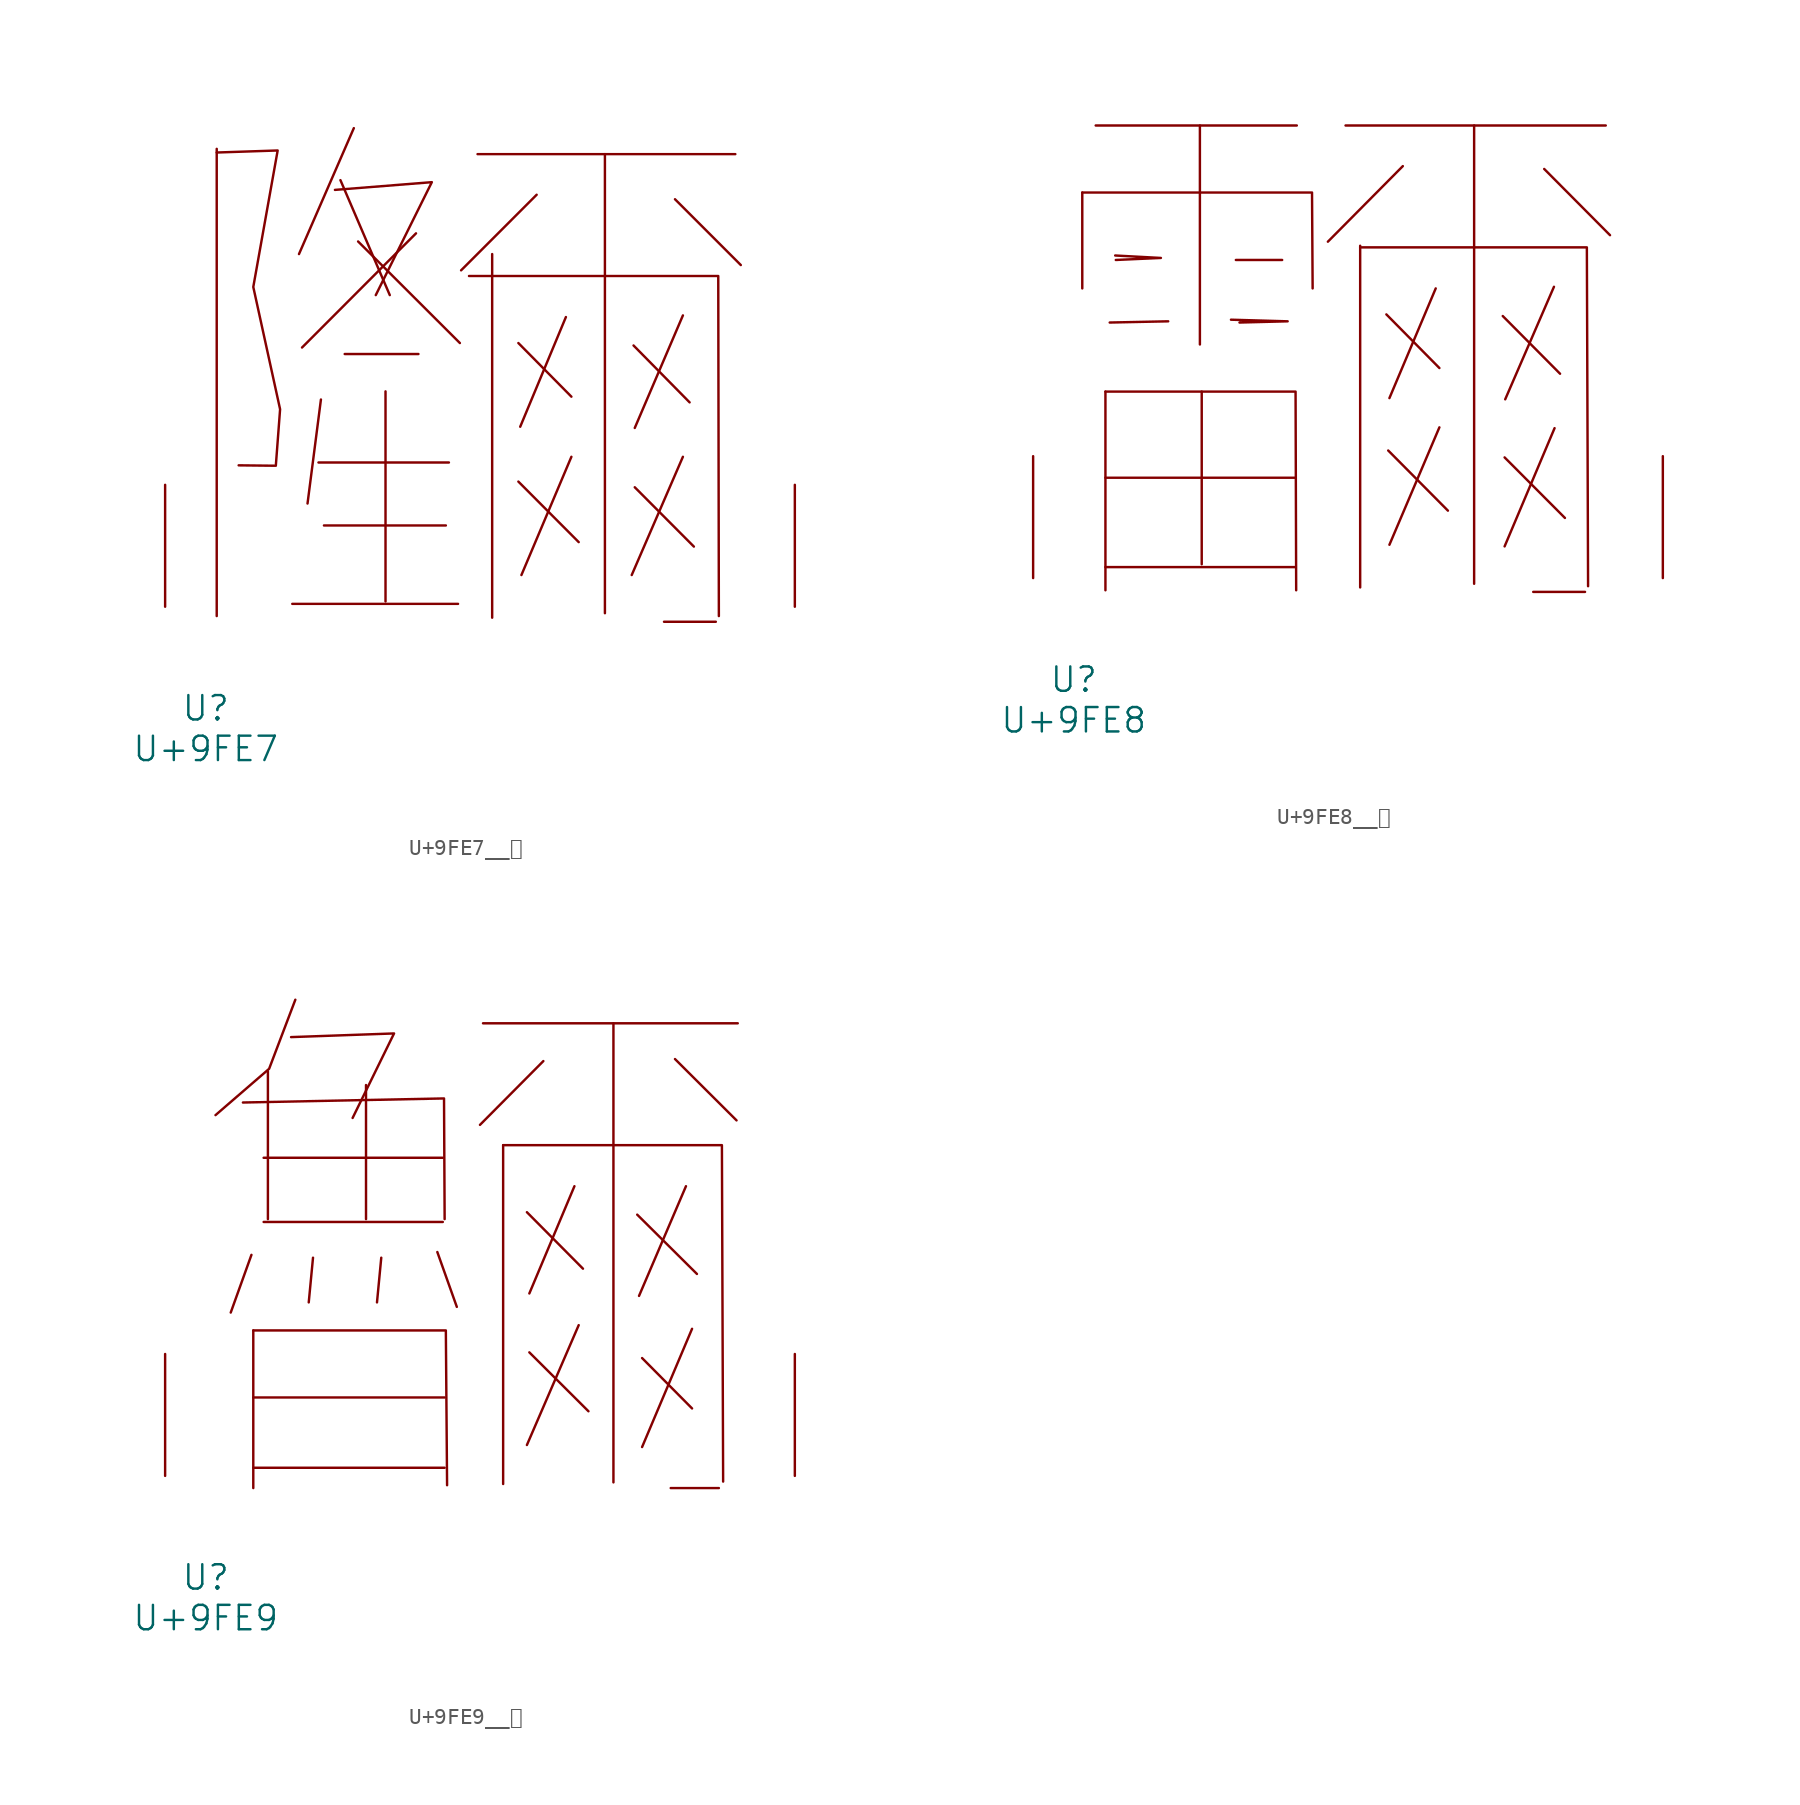
<source format=kicad_sym>
(kicad_symbol_lib
  (version 20231120)
  (generator "kicad_symbol_editor")
  (generator_version "8.0")
  (symbol "U+9FE7__鿧"
    (pin_names
      (offset 1.016))
    (property "Reference" "U"
      (at 0 -6.35 0)
      (effects (font (size 1.524 1.524))))
    (property "Value" "U+9FE7"
      (at 0 -8.89 0)
      (effects (font (size 1.524 1.524))))
    (symbol "U+9FE7__鿧_0_1"
      (polyline (pts (xy 0.686 28.626) (xy 0.686 -0.584)) (stroke (width 0) (type solid)) (fill (type none)))
      (polyline (pts (xy 5.41 0.178) (xy 15.773 0.178)) (stroke (width 0) (type solid)) (fill (type none)))
      (polyline (pts (xy 7.048 9.017) (xy 15.202 9.017)) (stroke (width 0) (type solid)) (fill (type none)))
      (polyline (pts (xy 7.201 12.954) (xy 6.363 6.452)) (stroke (width 0) (type solid)) (fill (type none)))
      (polyline (pts (xy 7.391 5.08) (xy 15.011 5.08)) (stroke (width 0) (type solid)) (fill (type none)))
      (polyline (pts (xy 8.42 26.67) (xy 11.506 19.482)) (stroke (width 0) (type solid)) (fill (type none)))
      (polyline (pts (xy 8.687 15.799) (xy 13.297 15.799)) (stroke (width 0) (type solid)) (fill (type none)))
      (polyline (pts (xy 9.258 29.921) (xy 5.829 22.047)) (stroke (width 0) (type solid)) (fill (type none)))
      (polyline (pts (xy 9.525 22.835) (xy 15.888 16.485)) (stroke (width 0) (type solid)) (fill (type none)))
      (polyline (pts (xy 11.239 13.462) (xy 11.239 0.33)) (stroke (width 0) (type solid)) (fill (type none)))
      (polyline (pts (xy 13.145 23.343) (xy 6.02 16.205)) (stroke (width 0) (type solid)) (fill (type none)))
      (polyline (pts (xy 16.993 28.296) (xy 33.109 28.296)) (stroke (width 0) (type solid)) (fill (type none)))
      (polyline (pts (xy 17.907 22.047) (xy 17.907 -0.686)) (stroke (width 0) (type solid)) (fill (type none)))
      (polyline (pts (xy 19.545 7.823) (xy 23.317 4.039)) (stroke (width 0) (type solid)) (fill (type none)))
      (polyline (pts (xy 19.545 16.485) (xy 22.86 13.132)) (stroke (width 0) (type solid)) (fill (type none)))
      (polyline (pts (xy 20.688 25.756) (xy 15.964 21.031)) (stroke (width 0) (type solid)) (fill (type none)))
      (polyline (pts (xy 22.517 18.11) (xy 19.66 11.252)) (stroke (width 0) (type solid)) (fill (type none)))
      (polyline (pts (xy 22.86 9.373) (xy 19.736 1.981)) (stroke (width 0) (type solid)) (fill (type none)))
      (polyline (pts (xy 24.956 28.296) (xy 24.956 -0.406)) (stroke (width 0) (type solid)) (fill (type none)))
      (polyline (pts (xy 26.746 16.332) (xy 30.251 12.776)) (stroke (width 0) (type solid)) (fill (type none)))
      (polyline (pts (xy 26.822 7.468) (xy 30.518 3.759)) (stroke (width 0) (type solid)) (fill (type none)))
      (polyline (pts (xy 28.651 -0.94) (xy 31.89 -0.94)) (stroke (width 0) (type solid)) (fill (type none)))
      (polyline (pts (xy 29.337 25.476) (xy 33.452 21.361)) (stroke (width 0) (type solid)) (fill (type none)))
      (polyline (pts (xy 29.832 9.373) (xy 26.632 1.981)) (stroke (width 0) (type solid)) (fill (type none)))
      (polyline (pts (xy 29.832 18.212) (xy 26.822 11.176)) (stroke (width 0) (type solid)) (fill (type none)))
      (polyline (pts (xy 8.077 26.06) (xy 14.135 26.543) (xy 10.63 19.482)) (stroke (width 0) (type solid)) (fill (type none)))
      (polyline (pts (xy 16.459 20.676) (xy 32.042 20.676) (xy 32.08 -0.584)) (stroke (width 0) (type solid)) (fill (type none)))
      (polyline (pts (xy 0.686 28.397) (xy 4.496 28.524) (xy 2.972 19.99) (xy 4.648 12.344) (xy 4.381 8.814) (xy 2.057 8.839)) (stroke (width 0) (type solid)) (fill (type none)))
      (pin input line (at -2.54 0 90) (length 7.62) (name "~" (effects (font (size 1.27 1.27)))) (number "~" (effects (font (size 1.27 1.27)))))
      (pin input line (at 36.83 0 90) (length 7.62) (name "~" (effects (font (size 1.27 1.27)))) (number "~" (effects (font (size 1.27 1.27)))))))
  (symbol "U+9FE8__鿨"
    (pin_names
      (offset 1.016))
    (property "Reference" "U"
      (at 0 -6.35 0)
      (effects (font (size 1.524 1.524))))
    (property "Value" "U+9FE8"
      (at 0 -8.89 0)
      (effects (font (size 1.524 1.524))))
    (symbol "U+9FE8__鿨_0_1"
      (polyline (pts (xy 0.533 24.105) (xy 0.533 18.11)) (stroke (width 0) (type solid)) (fill (type none)))
      (polyline (pts (xy 1.372 28.296) (xy 13.945 28.296)) (stroke (width 0) (type solid)) (fill (type none)))
      (polyline (pts (xy 1.981 0.686) (xy 13.83 0.686)) (stroke (width 0) (type solid)) (fill (type none)))
      (polyline (pts (xy 1.981 6.274) (xy 13.83 6.274)) (stroke (width 0) (type solid)) (fill (type none)))
      (polyline (pts (xy 1.981 11.659) (xy 1.981 -0.762)) (stroke (width 0) (type solid)) (fill (type none)))
      (polyline (pts (xy 2.248 15.977) (xy 5.905 16.053)) (stroke (width 0) (type solid)) (fill (type none)))
      (polyline (pts (xy 7.887 28.296) (xy 7.887 14.605)) (stroke (width 0) (type solid)) (fill (type none)))
      (polyline (pts (xy 8.001 11.659) (xy 8.001 0.864)) (stroke (width 0) (type solid)) (fill (type none)))
      (polyline (pts (xy 10.135 19.888) (xy 13.03 19.888)) (stroke (width 0) (type solid)) (fill (type none)))
      (polyline (pts (xy 16.993 28.296) (xy 33.261 28.296)) (stroke (width 0) (type solid)) (fill (type none)))
      (polyline (pts (xy 17.907 20.777) (xy 17.907 -0.584)) (stroke (width 0) (type solid)) (fill (type none)))
      (polyline (pts (xy 19.545 16.485) (xy 22.86 13.132)) (stroke (width 0) (type solid)) (fill (type none)))
      (polyline (pts (xy 19.66 7.976) (xy 23.393 4.216)) (stroke (width 0) (type solid)) (fill (type none)))
      (polyline (pts (xy 20.574 25.756) (xy 15.888 21.031)) (stroke (width 0) (type solid)) (fill (type none)))
      (polyline (pts (xy 22.631 18.11) (xy 19.736 11.252)) (stroke (width 0) (type solid)) (fill (type none)))
      (polyline (pts (xy 22.86 9.423) (xy 19.736 2.083)) (stroke (width 0) (type solid)) (fill (type none)))
      (polyline (pts (xy 25.032 28.296) (xy 25.032 -0.356)) (stroke (width 0) (type solid)) (fill (type none)))
      (polyline (pts (xy 26.822 16.383) (xy 30.404 12.776)) (stroke (width 0) (type solid)) (fill (type none)))
      (polyline (pts (xy 26.937 7.544) (xy 30.709 3.759)) (stroke (width 0) (type solid)) (fill (type none)))
      (polyline (pts (xy 28.727 -0.864) (xy 31.966 -0.864)) (stroke (width 0) (type solid)) (fill (type none)))
      (polyline (pts (xy 29.413 25.578) (xy 33.528 21.438)) (stroke (width 0) (type solid)) (fill (type none)))
      (polyline (pts (xy 30.023 18.212) (xy 26.975 11.176)) (stroke (width 0) (type solid)) (fill (type none)))
      (polyline (pts (xy 30.061 9.373) (xy 26.937 1.981)) (stroke (width 0) (type solid)) (fill (type none)))
      (polyline (pts (xy 0.533 24.105) (xy 14.897 24.105) (xy 14.935 18.11)) (stroke (width 0) (type solid)) (fill (type none)))
      (polyline (pts (xy 1.981 11.659) (xy 13.868 11.659) (xy 13.906 -0.762)) (stroke (width 0) (type solid)) (fill (type none)))
      (polyline (pts (xy 2.629 19.888) (xy 5.448 20.015) (xy 2.591 20.168)) (stroke (width 0) (type solid)) (fill (type none)))
      (polyline (pts (xy 10.363 15.977) (xy 13.373 16.053) (xy 9.83 16.154)) (stroke (width 0) (type solid)) (fill (type none)))
      (polyline (pts (xy 17.907 20.676) (xy 32.08 20.676) (xy 32.156 -0.508)) (stroke (width 0) (type solid)) (fill (type none)))
      (pin input line (at -2.54 0 90) (length 7.62) (name "~" (effects (font (size 1.27 1.27)))) (number "~" (effects (font (size 1.27 1.27)))))
      (pin input line (at 36.83 0 90) (length 7.62) (name "~" (effects (font (size 1.27 1.27)))) (number "~" (effects (font (size 1.27 1.27)))))))
  (symbol "U+9FE9__鿩"
    (pin_names
      (offset 1.016))
    (property "Reference" "U"
      (at 0 -6.35 0)
      (effects (font (size 1.524 1.524))))
    (property "Value" "U+9FE9"
      (at 0 -8.89 0)
      (effects (font (size 1.524 1.524))))
    (symbol "U+9FE9__鿩_0_1"
      (polyline (pts (xy 2.857 13.818) (xy 1.562 10.211)) (stroke (width 0) (type solid)) (fill (type none)))
      (polyline (pts (xy 2.972 0.508) (xy 14.935 0.508)) (stroke (width 0) (type solid)) (fill (type none)))
      (polyline (pts (xy 2.972 4.902) (xy 14.935 4.902)) (stroke (width 0) (type solid)) (fill (type none)))
      (polyline (pts (xy 2.972 9.093) (xy 2.972 -0.762)) (stroke (width 0) (type solid)) (fill (type none)))
      (polyline (pts (xy 3.619 15.875) (xy 14.821 15.875)) (stroke (width 0) (type solid)) (fill (type none)))
      (polyline (pts (xy 3.619 19.888) (xy 14.821 19.888)) (stroke (width 0) (type solid)) (fill (type none)))
      (polyline (pts (xy 3.886 25.298) (xy 3.886 16.053)) (stroke (width 0) (type solid)) (fill (type none)))
      (polyline (pts (xy 6.706 13.64) (xy 6.439 10.846)) (stroke (width 0) (type solid)) (fill (type none)))
      (polyline (pts (xy 10.02 24.435) (xy 10.02 16.053)) (stroke (width 0) (type solid)) (fill (type none)))
      (polyline (pts (xy 10.973 13.64) (xy 10.706 10.846)) (stroke (width 0) (type solid)) (fill (type none)))
      (polyline (pts (xy 14.478 13.995) (xy 15.697 10.566)) (stroke (width 0) (type solid)) (fill (type none)))
      (polyline (pts (xy 17.335 28.296) (xy 33.261 28.296)) (stroke (width 0) (type solid)) (fill (type none)))
      (polyline (pts (xy 18.593 20.676) (xy 18.593 -0.508)) (stroke (width 0) (type solid)) (fill (type none)))
      (polyline (pts (xy 20.079 16.485) (xy 23.584 12.954)) (stroke (width 0) (type solid)) (fill (type none)))
      (polyline (pts (xy 20.231 7.722) (xy 23.927 4.039)) (stroke (width 0) (type solid)) (fill (type none)))
      (polyline (pts (xy 21.107 25.933) (xy 17.145 21.946)) (stroke (width 0) (type solid)) (fill (type none)))
      (polyline (pts (xy 23.05 18.11) (xy 20.231 11.405)) (stroke (width 0) (type solid)) (fill (type none)))
      (polyline (pts (xy 23.317 9.423) (xy 20.079 1.93)) (stroke (width 0) (type solid)) (fill (type none)))
      (polyline (pts (xy 25.489 28.296) (xy 25.489 -0.406)) (stroke (width 0) (type solid)) (fill (type none)))
      (polyline (pts (xy 26.975 16.332) (xy 30.709 12.624)) (stroke (width 0) (type solid)) (fill (type none)))
      (polyline (pts (xy 27.28 7.366) (xy 30.404 4.216)) (stroke (width 0) (type solid)) (fill (type none)))
      (polyline (pts (xy 29.07 -0.762) (xy 32.08 -0.762)) (stroke (width 0) (type solid)) (fill (type none)))
      (polyline (pts (xy 29.337 26.06) (xy 33.185 22.225)) (stroke (width 0) (type solid)) (fill (type none)))
      (polyline (pts (xy 30.023 18.11) (xy 27.089 11.252)) (stroke (width 0) (type solid)) (fill (type none)))
      (polyline (pts (xy 30.404 9.195) (xy 27.28 1.803)) (stroke (width 0) (type solid)) (fill (type none)))
      (polyline (pts (xy 2.324 23.343) (xy 14.897 23.597) (xy 14.935 16.053)) (stroke (width 0) (type solid)) (fill (type none)))
      (polyline (pts (xy 2.972 9.093) (xy 15.011 9.093) (xy 15.088 -0.584)) (stroke (width 0) (type solid)) (fill (type none)))
      (polyline (pts (xy 5.334 27.432) (xy 11.773 27.661) (xy 9.182 22.377)) (stroke (width 0) (type solid)) (fill (type none)))
      (polyline (pts (xy 5.601 29.769) (xy 3.962 25.451) (xy 0.61 22.555)) (stroke (width 0) (type solid)) (fill (type none)))
      (polyline (pts (xy 18.593 20.676) (xy 32.271 20.676) (xy 32.347 -0.356)) (stroke (width 0) (type solid)) (fill (type none)))
      (pin input line (at -2.54 0 90) (length 7.62) (name "~" (effects (font (size 1.27 1.27)))) (number "~" (effects (font (size 1.27 1.27)))))
      (pin input line (at 36.83 0 90) (length 7.62) (name "~" (effects (font (size 1.27 1.27)))) (number "~" (effects (font (size 1.27 1.27))))))))
</source>
